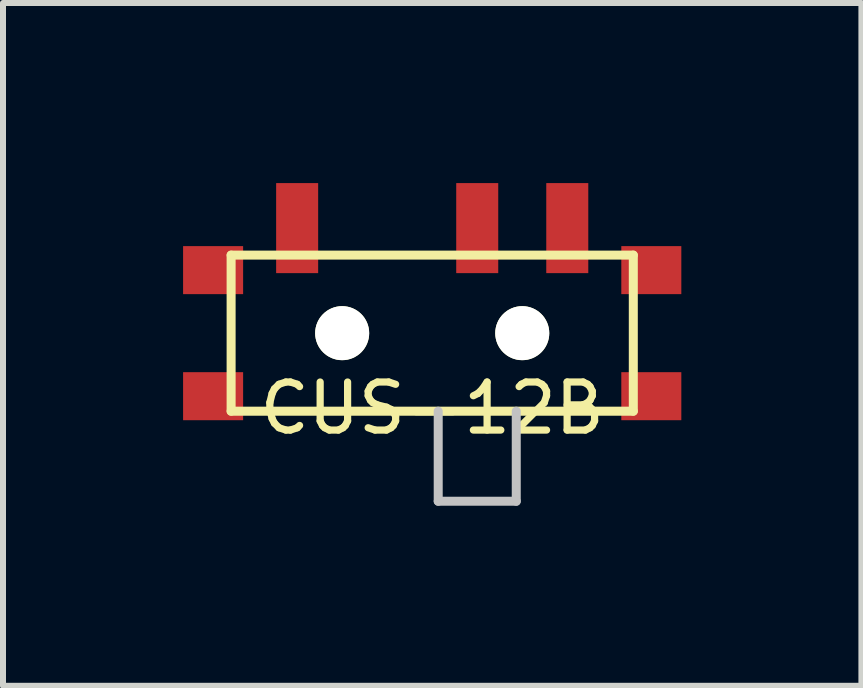
<source format=kicad_pcb>
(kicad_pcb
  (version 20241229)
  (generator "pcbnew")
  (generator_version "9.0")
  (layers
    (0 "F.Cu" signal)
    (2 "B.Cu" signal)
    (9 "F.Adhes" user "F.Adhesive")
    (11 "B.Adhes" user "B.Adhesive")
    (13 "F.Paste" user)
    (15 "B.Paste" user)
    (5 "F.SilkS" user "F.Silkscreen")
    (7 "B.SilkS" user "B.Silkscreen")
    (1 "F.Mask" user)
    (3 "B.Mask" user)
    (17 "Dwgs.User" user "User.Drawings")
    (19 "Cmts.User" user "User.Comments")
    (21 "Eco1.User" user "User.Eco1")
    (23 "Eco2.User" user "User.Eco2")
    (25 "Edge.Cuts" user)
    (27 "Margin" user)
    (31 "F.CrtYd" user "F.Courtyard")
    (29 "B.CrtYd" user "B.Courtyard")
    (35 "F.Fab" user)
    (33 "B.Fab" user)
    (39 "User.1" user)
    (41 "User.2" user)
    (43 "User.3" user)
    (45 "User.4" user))
  (footprint "CUS-12B"
    (layer "F.Cu")
    (at 4.15 2.5)
    (property "Reference" "CUS-12B" (at 0 1.25 0) (layer "F.SilkS") (effects (font (size 0.8 0.8) (thickness 0.12))))
    (attr smd)
    (fp_line (start -3.35 -1.3) (end -3.35 1.3) (stroke (width 0.15) (type solid)) (layer "F.SilkS"))
    (fp_line (start -3.35 -1.3) (end 3.35 -1.3) (stroke (width 0.15) (type solid)) (layer "F.SilkS"))
    (fp_line (start -3.35 1.3) (end 3.35 1.3) (stroke (width 0.15) (type solid)) (layer "F.SilkS"))
    (fp_line (start 3.35 -1.3) (end 3.35 1.3) (stroke (width 0.15) (type solid)) (layer "F.SilkS"))
    (fp_line (start 0.1 1.3) (end 0.1 2.8) (stroke (width 0.15) (type solid)) (layer "Dwgs.User"))
    (fp_line (start 1.4 1.3) (end 1.4 2.8) (stroke (width 0.15) (type solid)) (layer "Dwgs.User"))
    (fp_line (start 1.4 2.8) (end 0.1 2.8) (stroke (width 0.15) (type solid)) (layer "Dwgs.User"))
    (pad "" smd rect (at -3.65 -1.05) (size 1 0.8) (layers "F.Cu" "F.Mask" "F.Paste"))
    (pad "" smd rect (at -3.65 1.05) (size 1 0.8) (layers "F.Cu" "F.Mask" "F.Paste"))
    (pad "" np_thru_hole circle (at -1.5 0) (size 0.9 0.9) (drill 0.9) (layers "*.Cu" "*.Mask" "F.SilkS"))
    (pad "" np_thru_hole circle (at 1.5 0) (size 0.9 0.9) (drill 0.9) (layers "*.Cu" "*.Mask" "F.SilkS"))
    (pad "" smd rect (at 3.65 -1.05) (size 1 0.8) (layers "F.Cu" "F.Mask" "F.Paste"))
    (pad "" smd rect (at 3.65 1.05) (size 1 0.8) (layers "F.Cu" "F.Mask" "F.Paste"))
    (pad "1" smd rect (at 0.75 -1.75) (size 0.7 1.5) (layers "F.Cu" "F.Mask" "F.Paste"))
    (pad "2" smd rect (at 2.25 -1.75) (size 0.7 1.5) (layers "F.Cu" "F.Mask" "F.Paste"))
    (pad "3" smd rect (at -2.25 -1.75) (size 0.7 1.5) (layers "F.Cu" "F.Mask" "F.Paste")))
  (gr_rect
    (start -3 -3)
    (end 11.3 8.375)
    (stroke (width 0.1) (type default))
    (fill no)
    (layer "Edge.Cuts")))
</source>
